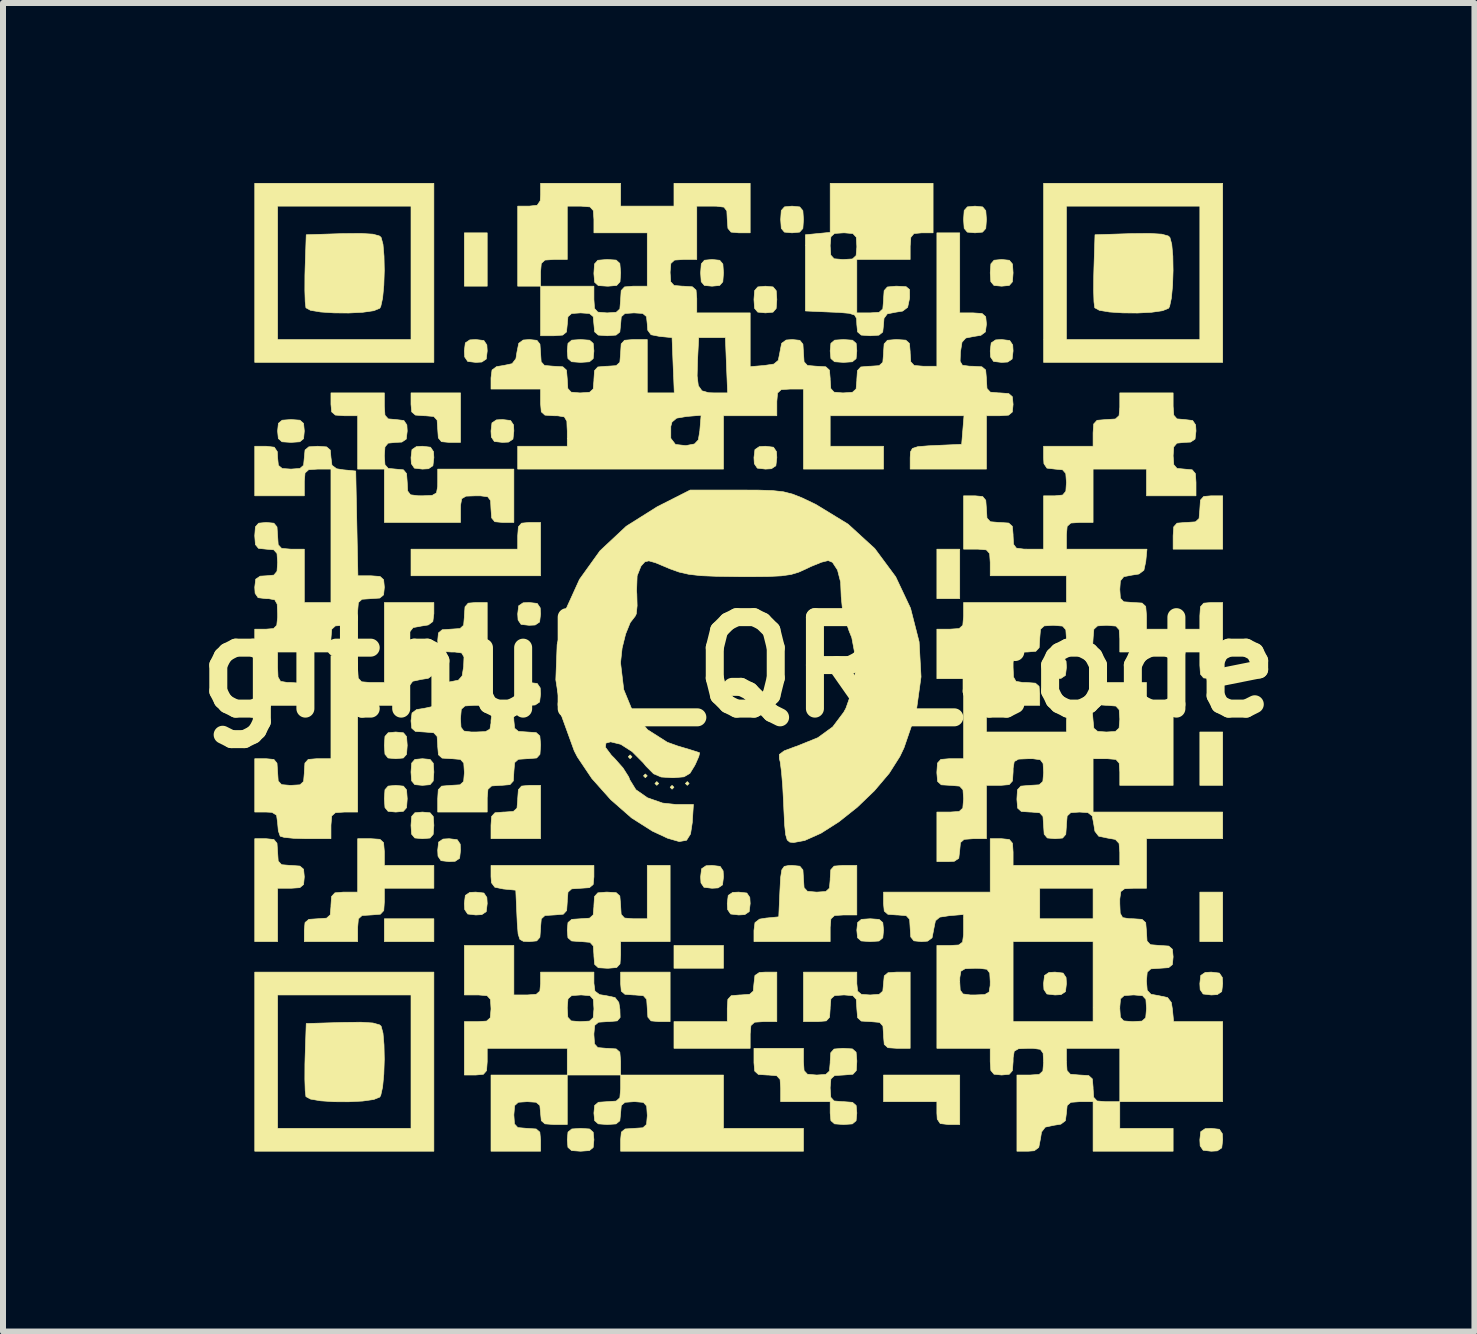
<source format=kicad_pcb>
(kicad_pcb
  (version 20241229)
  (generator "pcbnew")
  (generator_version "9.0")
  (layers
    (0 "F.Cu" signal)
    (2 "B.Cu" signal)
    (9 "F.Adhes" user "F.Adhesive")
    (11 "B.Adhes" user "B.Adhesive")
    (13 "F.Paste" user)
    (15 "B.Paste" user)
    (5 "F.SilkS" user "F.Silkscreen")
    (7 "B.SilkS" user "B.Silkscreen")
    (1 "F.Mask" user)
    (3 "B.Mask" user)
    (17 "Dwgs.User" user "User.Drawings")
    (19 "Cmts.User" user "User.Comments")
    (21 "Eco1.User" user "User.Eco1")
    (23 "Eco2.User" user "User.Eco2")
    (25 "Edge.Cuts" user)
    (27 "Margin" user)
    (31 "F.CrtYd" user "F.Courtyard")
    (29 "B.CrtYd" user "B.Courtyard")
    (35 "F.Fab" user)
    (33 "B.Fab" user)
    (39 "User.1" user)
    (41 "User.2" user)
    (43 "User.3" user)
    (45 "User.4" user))
  (footprint "github_QR_code"
    (layer "F.Cu")
    (at 9.26 8.069)
    (property "Reference" "github_QR_code" (at 0 0 0) (layer "F.SilkS") (effects (font (size 1.524 1.524) (thickness 0.3))))
    (attr through_hole)
    (fp_poly (pts (xy -5.08 4.572) (xy -5.905 4.572) (xy -5.905 4.191) (xy -5.08 4.191) (xy -5.08 4.572)) (stroke (width 0.01) (type solid)) (fill yes) (layer "F.SilkS"))
    (fp_poly (pts (xy -4.191 -6.35) (xy -4.572 -6.35) (xy -4.572 -7.239) (xy -4.191 -7.239) (xy -4.191 -6.35)) (stroke (width 0.01) (type solid)) (fill yes) (layer "F.SilkS"))
    (fp_poly (pts (xy -1.778 1.492) (xy -1.81 1.524) (xy -1.841 1.492) (xy -1.81 1.46) (xy -1.778 1.492)) (stroke (width 0.01) (type solid)) (fill yes) (layer "F.SilkS"))
    (fp_poly (pts (xy -1.524 1.81) (xy -1.556 1.841) (xy -1.587 1.81) (xy -1.556 1.778) (xy -1.524 1.81)) (stroke (width 0.01) (type solid)) (fill yes) (layer "F.SilkS"))
    (fp_poly (pts (xy -1.333 1.937) (xy -1.365 1.968) (xy -1.397 1.937) (xy -1.365 1.905) (xy -1.333 1.937)) (stroke (width 0.01) (type solid)) (fill yes) (layer "F.SilkS"))
    (fp_poly (pts (xy -1.079 2) (xy -1.111 2.032) (xy -1.143 2) (xy -1.111 1.968) (xy -1.079 2)) (stroke (width 0.01) (type solid)) (fill yes) (layer "F.SilkS"))
    (fp_poly (pts (xy -0.826 1.937) (xy -0.857 1.968) (xy -0.889 1.937) (xy -0.857 1.905) (xy -0.826 1.937)) (stroke (width 0.01) (type solid)) (fill yes) (layer "F.SilkS"))
    (fp_poly (pts (xy -0.254 5.016) (xy -1.079 5.016) (xy -1.079 4.636) (xy -0.254 4.636) (xy -0.254 5.016)) (stroke (width 0.01) (type solid)) (fill yes) (layer "F.SilkS"))
    (fp_poly (pts (xy 3.683 -1.143) (xy 3.302 -1.143) (xy 3.302 -1.968) (xy 3.683 -1.968) (xy 3.683 -1.143)) (stroke (width 0.01) (type solid)) (fill yes) (layer "F.SilkS"))
    (fp_poly (pts (xy 8.065 1.968) (xy 7.684 1.968) (xy 7.684 1.079) (xy 8.065 1.079) (xy 8.065 1.968)) (stroke (width 0.01) (type solid)) (fill yes) (layer "F.SilkS"))
    (fp_poly (pts (xy 8.065 4.572) (xy 7.684 4.572) (xy 7.684 3.747) (xy 8.065 3.747) (xy 8.065 4.572)) (stroke (width 0.01) (type solid)) (fill yes) (layer "F.SilkS"))
    (fp_poly (pts (xy -3.302 -1.524) (xy -5.461 -1.524) (xy -5.461 -1.968) (xy -3.683 -1.968) (xy -3.683 -2.191) (xy -3.672 -2.34) (xy -3.619 -2.401) (xy -3.493 -2.413) (xy -3.302 -2.413) (xy -3.302 -1.524)) (stroke (width 0.01) (type solid)) (fill yes) (layer "F.SilkS"))
    (fp_poly (pts (xy 3.683 7.62) (xy 3.493 7.62) (xy 3.358 7.604) (xy 3.308 7.53) (xy 3.302 7.429) (xy 3.302 7.239) (xy 2.413 7.239) (xy 2.413 6.795) (xy 3.683 6.795) (xy 3.683 7.62)) (stroke (width 0.01) (type solid)) (fill yes) (layer "F.SilkS"))
    (fp_poly (pts (xy -5.08 -5.08) (xy -8.065 -5.08) (xy -8.065 -7.684) (xy -7.684 -7.684) (xy -7.684 -5.461) (xy -5.461 -5.461) (xy -5.461 -7.684) (xy -7.684 -7.684) (xy -8.065 -7.684) (xy -8.065 -8.065) (xy -5.08 -8.065) (xy -5.08 -5.08)) (stroke (width 0.01) (type solid)) (fill yes) (layer "F.SilkS"))
    (fp_poly (pts (xy -5.08 8.065) (xy -8.065 8.065) (xy -8.065 5.461) (xy -7.684 5.461) (xy -7.684 7.684) (xy -5.461 7.684) (xy -5.461 5.461) (xy -7.684 5.461) (xy -8.065 5.461) (xy -8.065 5.08) (xy -5.08 5.08) (xy -5.08 8.065)) (stroke (width 0.01) (type solid)) (fill yes) (layer "F.SilkS"))
    (fp_poly (pts (xy 8.065 -5.08) (xy 5.08 -5.08) (xy 5.08 -7.684) (xy 5.461 -7.684) (xy 5.461 -5.461) (xy 7.684 -5.461) (xy 7.684 -7.684) (xy 5.461 -7.684) (xy 5.08 -7.684) (xy 5.08 -8.065) (xy 8.065 -8.065) (xy 8.065 -5.08)) (stroke (width 0.01) (type solid)) (fill yes) (layer "F.SilkS"))
    (fp_poly (pts (xy -7.312 -4.117) (xy -7.251 -4.063) (xy -7.239 -3.937) (xy -7.251 -3.809) (xy -7.314 -3.757) (xy -7.461 -3.747) (xy -7.611 -3.757) (xy -7.672 -3.811) (xy -7.684 -3.937) (xy -7.671 -4.065) (xy -7.608 -4.117) (xy -7.461 -4.128) (xy -7.312 -4.117)) (stroke (width 0.01) (type solid)) (fill yes) (layer "F.SilkS"))
    (fp_poly (pts (xy -5.587 1.092) (xy -5.535 1.155) (xy -5.524 1.302) (xy -5.535 1.451) (xy -5.589 1.512) (xy -5.715 1.524) (xy -5.843 1.512) (xy -5.895 1.449) (xy -5.905 1.302) (xy -5.895 1.152) (xy -5.841 1.091) (xy -5.715 1.079) (xy -5.587 1.092)) (stroke (width 0.01) (type solid)) (fill yes) (layer "F.SilkS"))
    (fp_poly (pts (xy -5.587 1.981) (xy -5.535 2.044) (xy -5.524 2.191) (xy -5.535 2.34) (xy -5.589 2.401) (xy -5.715 2.413) (xy -5.843 2.401) (xy -5.895 2.338) (xy -5.905 2.191) (xy -5.895 2.041) (xy -5.841 1.98) (xy -5.715 1.968) (xy -5.587 1.981)) (stroke (width 0.01) (type solid)) (fill yes) (layer "F.SilkS"))
    (fp_poly (pts (xy -5.143 1.536) (xy -5.09 1.599) (xy -5.08 1.746) (xy -5.091 1.896) (xy -5.144 1.957) (xy -5.271 1.968) (xy -5.398 1.956) (xy -5.451 1.893) (xy -5.461 1.746) (xy -5.45 1.597) (xy -5.397 1.536) (xy -5.271 1.524) (xy -5.143 1.536)) (stroke (width 0.01) (type solid)) (fill yes) (layer "F.SilkS"))
    (fp_poly (pts (xy -5.143 2.425) (xy -5.09 2.488) (xy -5.08 2.635) (xy -5.091 2.785) (xy -5.144 2.846) (xy -5.271 2.857) (xy -5.398 2.845) (xy -5.451 2.782) (xy -5.461 2.635) (xy -5.45 2.486) (xy -5.397 2.425) (xy -5.271 2.413) (xy -5.143 2.425)) (stroke (width 0.01) (type solid)) (fill yes) (layer "F.SilkS"))
    (fp_poly (pts (xy -5.136 -3.667) (xy -5.086 -3.593) (xy -5.08 -3.493) (xy -5.096 -3.358) (xy -5.17 -3.308) (xy -5.271 -3.302) (xy -5.405 -3.318) (xy -5.455 -3.392) (xy -5.461 -3.493) (xy -5.445 -3.627) (xy -5.371 -3.677) (xy -5.271 -3.683) (xy -5.136 -3.667)) (stroke (width 0.01) (type solid)) (fill yes) (layer "F.SilkS"))
    (fp_poly (pts (xy -4.691 2.873) (xy -4.641 2.947) (xy -4.636 3.048) (xy -4.651 3.183) (xy -4.725 3.233) (xy -4.826 3.239) (xy -4.961 3.223) (xy -5.011 3.149) (xy -5.016 3.048) (xy -5.001 2.913) (xy -4.927 2.863) (xy -4.826 2.857) (xy -4.691 2.873)) (stroke (width 0.01) (type solid)) (fill yes) (layer "F.SilkS"))
    (fp_poly (pts (xy -4.247 -5.445) (xy -4.197 -5.371) (xy -4.191 -5.271) (xy -4.207 -5.136) (xy -4.281 -5.086) (xy -4.381 -5.08) (xy -4.516 -5.096) (xy -4.566 -5.17) (xy -4.572 -5.271) (xy -4.556 -5.405) (xy -4.482 -5.455) (xy -4.381 -5.461) (xy -4.247 -5.445)) (stroke (width 0.01) (type solid)) (fill yes) (layer "F.SilkS"))
    (fp_poly (pts (xy -4.247 3.762) (xy -4.197 3.836) (xy -4.191 3.937) (xy -4.207 4.072) (xy -4.281 4.122) (xy -4.381 4.128) (xy -4.516 4.112) (xy -4.566 4.038) (xy -4.572 3.937) (xy -4.556 3.802) (xy -4.482 3.752) (xy -4.381 3.747) (xy -4.247 3.762)) (stroke (width 0.01) (type solid)) (fill yes) (layer "F.SilkS"))
    (fp_poly (pts (xy -3.802 -4.112) (xy -3.752 -4.038) (xy -3.747 -3.937) (xy -3.762 -3.802) (xy -3.836 -3.752) (xy -3.937 -3.747) (xy -4.072 -3.762) (xy -4.122 -3.836) (xy -4.128 -3.937) (xy -4.112 -4.072) (xy -4.038 -4.122) (xy -3.937 -4.128) (xy -3.802 -4.112)) (stroke (width 0.01) (type solid)) (fill yes) (layer "F.SilkS"))
    (fp_poly (pts (xy -3.358 -1.064) (xy -3.308 -0.99) (xy -3.302 -0.889) (xy -3.318 -0.754) (xy -3.392 -0.704) (xy -3.493 -0.699) (xy -3.627 -0.714) (xy -3.677 -0.788) (xy -3.683 -0.889) (xy -3.667 -1.024) (xy -3.593 -1.074) (xy -3.493 -1.079) (xy -3.358 -1.064)) (stroke (width 0.01) (type solid)) (fill yes) (layer "F.SilkS"))
    (fp_poly (pts (xy -3.358 0.27) (xy -3.308 0.344) (xy -3.302 0.445) (xy -3.318 0.579) (xy -3.392 0.629) (xy -3.493 0.635) (xy -3.627 0.619) (xy -3.677 0.545) (xy -3.683 0.445) (xy -3.667 0.31) (xy -3.593 0.26) (xy -3.493 0.254) (xy -3.358 0.27)) (stroke (width 0.01) (type solid)) (fill yes) (layer "F.SilkS"))
    (fp_poly (pts (xy -2.486 -5.45) (xy -2.425 -5.397) (xy -2.413 -5.271) (xy -2.425 -5.143) (xy -2.488 -5.09) (xy -2.635 -5.08) (xy -2.785 -5.091) (xy -2.846 -5.144) (xy -2.857 -5.271) (xy -2.845 -5.398) (xy -2.782 -5.451) (xy -2.635 -5.461) (xy -2.486 -5.45)) (stroke (width 0.01) (type solid)) (fill yes) (layer "F.SilkS"))
    (fp_poly (pts (xy -2.486 7.694) (xy -2.425 7.748) (xy -2.413 7.874) (xy -2.425 8.002) (xy -2.488 8.054) (xy -2.635 8.065) (xy -2.785 8.054) (xy -2.846 8) (xy -2.857 7.874) (xy -2.845 7.746) (xy -2.782 7.694) (xy -2.635 7.684) (xy -2.486 7.694)) (stroke (width 0.01) (type solid)) (fill yes) (layer "F.SilkS"))
    (fp_poly (pts (xy -0.317 -6.782) (xy -0.264 -6.719) (xy -0.254 -6.572) (xy -0.265 -6.423) (xy -0.318 -6.362) (xy -0.445 -6.35) (xy -0.572 -6.362) (xy -0.625 -6.425) (xy -0.635 -6.572) (xy -0.624 -6.722) (xy -0.571 -6.783) (xy -0.445 -6.795) (xy -0.317 -6.782)) (stroke (width 0.01) (type solid)) (fill yes) (layer "F.SilkS"))
    (fp_poly (pts (xy -0.31 3.318) (xy -0.26 3.392) (xy -0.254 3.493) (xy -0.27 3.627) (xy -0.344 3.677) (xy -0.445 3.683) (xy -0.579 3.667) (xy -0.629 3.593) (xy -0.635 3.493) (xy -0.619 3.358) (xy -0.545 3.308) (xy -0.445 3.302) (xy -0.31 3.318)) (stroke (width 0.01) (type solid)) (fill yes) (layer "F.SilkS"))
    (fp_poly (pts (xy 0.135 3.762) (xy 0.185 3.836) (xy 0.191 3.937) (xy 0.175 4.072) (xy 0.101 4.122) (xy 0 4.128) (xy -0.135 4.112) (xy -0.185 4.038) (xy -0.191 3.937) (xy -0.175 3.802) (xy -0.101 3.752) (xy 0 3.747) (xy 0.135 3.762)) (stroke (width 0.01) (type solid)) (fill yes) (layer "F.SilkS"))
    (fp_poly (pts (xy 0.572 -6.338) (xy 0.625 -6.275) (xy 0.635 -6.128) (xy 0.624 -5.978) (xy 0.571 -5.917) (xy 0.445 -5.905) (xy 0.317 -5.918) (xy 0.264 -5.981) (xy 0.254 -6.128) (xy 0.265 -6.277) (xy 0.318 -6.338) (xy 0.445 -6.35) (xy 0.572 -6.338)) (stroke (width 0.01) (type solid)) (fill yes) (layer "F.SilkS"))
    (fp_poly (pts (xy 0.579 -3.667) (xy 0.629 -3.593) (xy 0.635 -3.493) (xy 0.619 -3.358) (xy 0.545 -3.308) (xy 0.445 -3.302) (xy 0.31 -3.318) (xy 0.26 -3.392) (xy 0.254 -3.493) (xy 0.27 -3.627) (xy 0.344 -3.677) (xy 0.445 -3.683) (xy 0.579 -3.667)) (stroke (width 0.01) (type solid)) (fill yes) (layer "F.SilkS"))
    (fp_poly (pts (xy 1.017 -7.671) (xy 1.069 -7.608) (xy 1.079 -7.461) (xy 1.069 -7.312) (xy 1.015 -7.251) (xy 0.889 -7.239) (xy 0.761 -7.251) (xy 0.709 -7.314) (xy 0.699 -7.461) (xy 0.709 -7.611) (xy 0.763 -7.672) (xy 0.889 -7.684) (xy 1.017 -7.671)) (stroke (width 0.01) (type solid)) (fill yes) (layer "F.SilkS"))
    (fp_poly (pts (xy 1.896 -5.45) (xy 1.957 -5.397) (xy 1.968 -5.271) (xy 1.956 -5.143) (xy 1.893 -5.09) (xy 1.746 -5.08) (xy 1.597 -5.091) (xy 1.536 -5.144) (xy 1.524 -5.271) (xy 1.536 -5.398) (xy 1.599 -5.451) (xy 1.746 -5.461) (xy 1.896 -5.45)) (stroke (width 0.01) (type solid)) (fill yes) (layer "F.SilkS"))
    (fp_poly (pts (xy 2.34 4.202) (xy 2.401 4.255) (xy 2.413 4.381) (xy 2.401 4.509) (xy 2.338 4.562) (xy 2.191 4.572) (xy 2.041 4.561) (xy 1.98 4.508) (xy 1.968 4.381) (xy 1.981 4.254) (xy 2.044 4.201) (xy 2.191 4.191) (xy 2.34 4.202)) (stroke (width 0.01) (type solid)) (fill yes) (layer "F.SilkS"))
    (fp_poly (pts (xy 4.065 -7.671) (xy 4.117 -7.608) (xy 4.128 -7.461) (xy 4.117 -7.312) (xy 4.063 -7.251) (xy 3.937 -7.239) (xy 3.809 -7.251) (xy 3.757 -7.314) (xy 3.747 -7.461) (xy 3.757 -7.611) (xy 3.811 -7.672) (xy 3.937 -7.684) (xy 4.065 -7.671)) (stroke (width 0.01) (type solid)) (fill yes) (layer "F.SilkS"))
    (fp_poly (pts (xy 4.509 -6.782) (xy 4.562 -6.719) (xy 4.572 -6.572) (xy 4.561 -6.423) (xy 4.508 -6.362) (xy 4.381 -6.35) (xy 4.254 -6.362) (xy 4.201 -6.425) (xy 4.191 -6.572) (xy 4.202 -6.722) (xy 4.255 -6.783) (xy 4.381 -6.795) (xy 4.509 -6.782)) (stroke (width 0.01) (type solid)) (fill yes) (layer "F.SilkS"))
    (fp_poly (pts (xy 4.516 -5.445) (xy 4.566 -5.371) (xy 4.572 -5.271) (xy 4.556 -5.136) (xy 4.482 -5.086) (xy 4.381 -5.08) (xy 4.247 -5.096) (xy 4.197 -5.17) (xy 4.191 -5.271) (xy 4.207 -5.405) (xy 4.281 -5.455) (xy 4.381 -5.461) (xy 4.516 -5.445)) (stroke (width 0.01) (type solid)) (fill yes) (layer "F.SilkS"))
    (fp_poly (pts (xy 5.405 -0.175) (xy 5.455 -0.101) (xy 5.461 0) (xy 5.445 0.135) (xy 5.371 0.185) (xy 5.271 0.191) (xy 5.136 0.175) (xy 5.086 0.101) (xy 5.08 0) (xy 5.096 -0.135) (xy 5.17 -0.185) (xy 5.271 -0.191) (xy 5.405 -0.175)) (stroke (width 0.01) (type solid)) (fill yes) (layer "F.SilkS"))
    (fp_poly (pts (xy 5.405 5.096) (xy 5.455 5.17) (xy 5.461 5.271) (xy 5.445 5.405) (xy 5.371 5.455) (xy 5.271 5.461) (xy 5.136 5.445) (xy 5.086 5.371) (xy 5.08 5.271) (xy 5.096 5.136) (xy 5.17 5.086) (xy 5.271 5.08) (xy 5.405 5.096)) (stroke (width 0.01) (type solid)) (fill yes) (layer "F.SilkS"))
    (fp_poly (pts (xy 8.009 5.096) (xy 8.059 5.17) (xy 8.065 5.271) (xy 8.049 5.405) (xy 7.975 5.455) (xy 7.874 5.461) (xy 7.739 5.445) (xy 7.689 5.371) (xy 7.684 5.271) (xy 7.699 5.136) (xy 7.773 5.086) (xy 7.874 5.08) (xy 8.009 5.096)) (stroke (width 0.01) (type solid)) (fill yes) (layer "F.SilkS"))
    (fp_poly (pts (xy 8.009 7.699) (xy 8.059 7.773) (xy 8.065 7.874) (xy 8.049 8.009) (xy 7.975 8.059) (xy 7.874 8.065) (xy 7.739 8.049) (xy 7.689 7.975) (xy 7.684 7.874) (xy 7.699 7.739) (xy 7.773 7.689) (xy 7.874 7.684) (xy 8.009 7.699)) (stroke (width 0.01) (type solid)) (fill yes) (layer "F.SilkS"))
    (fp_poly (pts (xy -4.636 -3.747) (xy -4.826 -3.747) (xy -4.954 -3.759) (xy -5.006 -3.822) (xy -5.016 -3.969) (xy -5.026 -4.118) (xy -5.082 -4.179) (xy -5.222 -4.191) (xy -5.239 -4.191) (xy -5.388 -4.202) (xy -5.449 -4.255) (xy -5.461 -4.381) (xy -5.461 -4.572) (xy -4.636 -4.572) (xy -4.636 -3.747)) (stroke (width 0.01) (type solid)) (fill yes) (layer "F.SilkS"))
    (fp_poly (pts (xy -1.143 5.905) (xy -1.333 5.905) (xy -1.461 5.893) (xy -1.514 5.83) (xy -1.524 5.683) (xy -1.534 5.534) (xy -1.589 5.473) (xy -1.729 5.461) (xy -1.746 5.461) (xy -1.896 5.45) (xy -1.957 5.397) (xy -1.968 5.271) (xy -1.968 5.08) (xy -1.143 5.08) (xy -1.143 5.905)) (stroke (width 0.01) (type solid)) (fill yes) (layer "F.SilkS"))
    (fp_poly (pts (xy -3.302 2.857) (xy -4.128 2.857) (xy -4.128 2.635) (xy -4.118 2.486) (xy -4.062 2.425) (xy -3.922 2.413) (xy -3.905 2.413) (xy -3.756 2.403) (xy -3.695 2.348) (xy -3.683 2.208) (xy -3.683 2.191) (xy -3.672 2.041) (xy -3.619 1.98) (xy -3.493 1.968) (xy -3.302 1.968) (xy -3.302 2.857)) (stroke (width 0.01) (type solid)) (fill yes) (layer "F.SilkS"))
    (fp_poly (pts (xy 8.065 -1.968) (xy 7.239 -1.968) (xy 7.239 -2.191) (xy 7.249 -2.34) (xy 7.304 -2.401) (xy 7.444 -2.413) (xy 7.461 -2.413) (xy 7.61 -2.423) (xy 7.671 -2.478) (xy 7.683 -2.618) (xy 7.684 -2.635) (xy 7.694 -2.785) (xy 7.748 -2.846) (xy 7.874 -2.857) (xy 8.065 -2.857) (xy 8.065 -1.968)) (stroke (width 0.01) (type solid)) (fill yes) (layer "F.SilkS"))
    (fp_poly (pts (xy -2.042 -6.785) (xy -1.981 -6.729) (xy -1.969 -6.589) (xy -1.968 -6.572) (xy -1.978 -6.423) (xy -2.034 -6.362) (xy -2.174 -6.35) (xy -2.191 -6.35) (xy -2.34 -6.36) (xy -2.401 -6.415) (xy -2.413 -6.555) (xy -2.413 -6.572) (xy -2.403 -6.721) (xy -2.348 -6.782) (xy -2.208 -6.794) (xy -2.191 -6.795) (xy -2.042 -6.785)) (stroke (width 0.01) (type solid)) (fill yes) (layer "F.SilkS"))
    (fp_poly (pts (xy -7.746 2.87) (xy -7.694 2.933) (xy -7.684 3.08) (xy -7.674 3.229) (xy -7.618 3.29) (xy -7.478 3.302) (xy -7.461 3.302) (xy -7.312 3.313) (xy -7.251 3.366) (xy -7.239 3.493) (xy -7.251 3.62) (xy -7.314 3.673) (xy -7.461 3.683) (xy -7.684 3.683) (xy -7.684 4.572) (xy -8.065 4.572) (xy -8.065 2.857) (xy -7.874 2.857) (xy -7.746 2.87)) (stroke (width 0.01) (type solid)) (fill yes) (layer "F.SilkS"))
    (fp_poly (pts (xy 0.635 5.905) (xy 0.413 5.905) (xy 0.264 5.915) (xy 0.203 5.971) (xy 0.191 6.111) (xy 0.191 6.128) (xy 0.191 6.35) (xy -1.079 6.35) (xy -1.079 5.905) (xy -0.191 5.905) (xy -0.191 5.683) (xy -0.181 5.534) (xy -0.125 5.473) (xy 0.015 5.461) (xy 0.032 5.461) (xy 0.181 5.45) (xy 0.242 5.397) (xy 0.254 5.271) (xy 0.27 5.136) (xy 0.344 5.086) (xy 0.445 5.08) (xy 0.635 5.08) (xy 0.635 5.905)) (stroke (width 0.01) (type solid)) (fill yes) (layer "F.SilkS"))
    (fp_poly (pts (xy -2.857 7.62) (xy -3.08 7.62) (xy -3.229 7.609) (xy -3.29 7.556) (xy -3.302 7.429) (xy -3.314 7.302) (xy -3.377 7.249) (xy -3.524 7.239) (xy -3.673 7.249) (xy -3.734 7.304) (xy -3.746 7.444) (xy -3.747 7.461) (xy -3.737 7.61) (xy -3.681 7.671) (xy -3.541 7.683) (xy -3.524 7.684) (xy -3.375 7.694) (xy -3.314 7.748) (xy -3.302 7.874) (xy -3.302 8.065) (xy -4.128 8.065) (xy -4.128 6.795) (xy -2.857 6.795) (xy -2.857 7.62)) (stroke (width 0.01) (type solid)) (fill yes) (layer "F.SilkS"))
    (fp_poly (pts (xy -6.095 -7.217) (xy -5.985 -7.186) (xy -5.959 -7.162) (xy -5.928 -7.048) (xy -5.911 -6.851) (xy -5.906 -6.611) (xy -5.914 -6.365) (xy -5.934 -6.153) (xy -5.965 -6.012) (xy -5.982 -5.982) (xy -6.082 -5.941) (xy -6.266 -5.915) (xy -6.499 -5.903) (xy -6.744 -5.905) (xy -6.968 -5.92) (xy -7.136 -5.948) (xy -7.212 -5.99) (xy -7.212 -5.99) (xy -7.224 -6.088) (xy -7.23 -6.279) (xy -7.229 -6.529) (xy -7.226 -6.641) (xy -7.207 -7.207) (xy -6.609 -7.226) (xy -6.297 -7.229) (xy -6.095 -7.217)) (stroke (width 0.01) (type solid)) (fill yes) (layer "F.SilkS"))
    (fp_poly (pts (xy -6.095 5.928) (xy -5.985 5.959) (xy -5.959 5.982) (xy -5.928 6.097) (xy -5.911 6.293) (xy -5.906 6.533) (xy -5.914 6.779) (xy -5.934 6.992) (xy -5.965 7.133) (xy -5.982 7.163) (xy -6.082 7.203) (xy -6.266 7.229) (xy -6.499 7.241) (xy -6.744 7.24) (xy -6.968 7.225) (xy -7.136 7.196) (xy -7.212 7.155) (xy -7.212 7.155) (xy -7.224 7.056) (xy -7.23 6.865) (xy -7.229 6.616) (xy -7.226 6.504) (xy -7.207 5.937) (xy -6.609 5.919) (xy -6.297 5.915) (xy -6.095 5.928)) (stroke (width 0.01) (type solid)) (fill yes) (layer "F.SilkS"))
    (fp_poly (pts (xy 7.05 -7.217) (xy 7.159 -7.186) (xy 7.185 -7.162) (xy 7.216 -7.048) (xy 7.234 -6.851) (xy 7.238 -6.611) (xy 7.23 -6.365) (xy 7.21 -6.153) (xy 7.18 -6.012) (xy 7.163 -5.982) (xy 7.062 -5.941) (xy 6.878 -5.915) (xy 6.646 -5.903) (xy 6.4 -5.905) (xy 6.176 -5.92) (xy 6.009 -5.948) (xy 5.933 -5.99) (xy 5.933 -5.99) (xy 5.92 -6.088) (xy 5.914 -6.279) (xy 5.916 -6.529) (xy 5.919 -6.641) (xy 5.937 -7.207) (xy 6.535 -7.226) (xy 6.847 -7.229) (xy 7.05 -7.217)) (stroke (width 0.01) (type solid)) (fill yes) (layer "F.SilkS"))
    (fp_poly (pts (xy -2.413 3.493) (xy -2.425 3.62) (xy -2.488 3.673) (xy -2.635 3.683) (xy -2.784 3.693) (xy -2.845 3.748) (xy -2.857 3.888) (xy -2.857 3.905) (xy -2.867 4.054) (xy -2.923 4.115) (xy -3.063 4.127) (xy -3.08 4.128) (xy -3.229 4.137) (xy -3.29 4.193) (xy -3.302 4.333) (xy -3.302 4.35) (xy -3.313 4.499) (xy -3.366 4.56) (xy -3.49 4.572) (xy -3.589 4.567) (xy -3.647 4.534) (xy -3.676 4.445) (xy -3.69 4.27) (xy -3.696 4.143) (xy -3.715 3.715) (xy -3.921 3.695) (xy -4.064 3.666) (xy -4.12 3.592) (xy -4.128 3.488) (xy -4.128 3.302) (xy -2.413 3.302) (xy -2.413 3.493)) (stroke (width 0.01) (type solid)) (fill yes) (layer "F.SilkS"))
    (fp_poly (pts (xy -5.979 2.867) (xy -5.918 2.923) (xy -5.906 3.063) (xy -5.905 3.08) (xy -5.905 3.302) (xy -5.08 3.302) (xy -5.08 3.683) (xy -5.905 3.683) (xy -5.905 3.905) (xy -5.915 4.054) (xy -5.971 4.115) (xy -6.111 4.127) (xy -6.128 4.128) (xy -6.277 4.137) (xy -6.338 4.193) (xy -6.35 4.333) (xy -6.35 4.35) (xy -6.35 4.572) (xy -7.239 4.572) (xy -7.239 4.381) (xy -7.227 4.254) (xy -7.164 4.201) (xy -7.017 4.191) (xy -6.868 4.181) (xy -6.807 4.126) (xy -6.795 3.986) (xy -6.795 3.969) (xy -6.785 3.82) (xy -6.729 3.759) (xy -6.589 3.747) (xy -6.572 3.747) (xy -6.35 3.747) (xy -6.35 2.857) (xy -6.128 2.857) (xy -5.979 2.867)) (stroke (width 0.01) (type solid)) (fill yes) (layer "F.SilkS"))
    (fp_poly (pts (xy -0.254 7.684) (xy 1.079 7.684) (xy 1.079 8.065) (xy -1.968 8.065) (xy -1.968 7.874) (xy -1.956 7.746) (xy -1.893 7.694) (xy -1.746 7.684) (xy -1.597 7.674) (xy -1.536 7.618) (xy -1.524 7.478) (xy -1.524 7.461) (xy -1.534 7.312) (xy -1.589 7.251) (xy -1.729 7.239) (xy -1.746 7.239) (xy -1.896 7.25) (xy -1.957 7.303) (xy -1.968 7.429) (xy -1.981 7.557) (xy -2.044 7.61) (xy -2.191 7.62) (xy -2.34 7.609) (xy -2.401 7.556) (xy -2.413 7.429) (xy -2.401 7.302) (xy -2.338 7.249) (xy -2.191 7.239) (xy -2.042 7.229) (xy -1.981 7.174) (xy -1.969 7.034) (xy -1.968 7.017) (xy -1.968 6.795) (xy -0.254 6.795) (xy -0.254 7.684)) (stroke (width 0.01) (type solid)) (fill yes) (layer "F.SilkS"))
    (fp_poly (pts (xy 1.968 4.128) (xy 1.746 4.128) (xy 1.597 4.137) (xy 1.536 4.193) (xy 1.524 4.333) (xy 1.524 4.35) (xy 1.524 4.572) (xy 0.254 4.572) (xy 0.254 4.386) (xy 0.271 4.255) (xy 0.347 4.197) (xy 0.46 4.179) (xy 0.667 4.159) (xy 0.686 3.731) (xy 0.698 3.504) (xy 0.718 3.376) (xy 0.759 3.318) (xy 0.836 3.303) (xy 0.892 3.302) (xy 1.018 3.315) (xy 1.07 3.378) (xy 1.079 3.524) (xy 1.089 3.673) (xy 1.145 3.734) (xy 1.285 3.746) (xy 1.302 3.747) (xy 1.451 3.737) (xy 1.512 3.681) (xy 1.524 3.541) (xy 1.524 3.524) (xy 1.534 3.375) (xy 1.589 3.314) (xy 1.729 3.302) (xy 1.746 3.302) (xy 1.968 3.302) (xy 1.968 4.128)) (stroke (width 0.01) (type solid)) (fill yes) (layer "F.SilkS"))
    (fp_poly (pts (xy -1.143 4.572) (xy -1.968 4.572) (xy -1.968 4.794) (xy -1.978 4.943) (xy -2.034 5.004) (xy -2.174 5.016) (xy -2.191 5.016) (xy -2.34 5.007) (xy -2.401 4.951) (xy -2.413 4.811) (xy -2.413 4.794) (xy -2.423 4.645) (xy -2.478 4.584) (xy -2.618 4.572) (xy -2.635 4.572) (xy -2.785 4.561) (xy -2.846 4.508) (xy -2.857 4.381) (xy -2.845 4.254) (xy -2.782 4.201) (xy -2.635 4.191) (xy -2.486 4.181) (xy -2.425 4.126) (xy -2.413 3.986) (xy -2.413 3.969) (xy -2.403 3.82) (xy -2.348 3.759) (xy -2.208 3.747) (xy -2.191 3.747) (xy -2.042 3.756) (xy -1.981 3.812) (xy -1.969 3.952) (xy -1.968 3.969) (xy -1.959 4.118) (xy -1.903 4.179) (xy -1.763 4.191) (xy -1.746 4.191) (xy -1.524 4.191) (xy -1.524 3.302) (xy -1.143 3.302) (xy -1.143 4.572)) (stroke (width 0.01) (type solid)) (fill yes) (layer "F.SilkS"))
    (fp_poly (pts (xy 1.968 5.271) (xy 1.981 5.398) (xy 2.044 5.451) (xy 2.191 5.461) (xy 2.34 5.45) (xy 2.401 5.397) (xy 2.413 5.271) (xy 2.425 5.143) (xy 2.488 5.09) (xy 2.635 5.08) (xy 2.857 5.08) (xy 2.857 6.35) (xy 2.635 6.35) (xy 2.486 6.34) (xy 2.425 6.285) (xy 2.413 6.145) (xy 2.413 6.128) (xy 2.403 5.979) (xy 2.348 5.918) (xy 2.208 5.906) (xy 2.191 5.905) (xy 2.042 5.896) (xy 1.981 5.84) (xy 1.969 5.7) (xy 1.968 5.683) (xy 1.959 5.534) (xy 1.903 5.473) (xy 1.763 5.461) (xy 1.746 5.461) (xy 1.597 5.471) (xy 1.536 5.526) (xy 1.524 5.666) (xy 1.524 5.683) (xy 1.514 5.832) (xy 1.459 5.893) (xy 1.319 5.905) (xy 1.302 5.905) (xy 1.079 5.905) (xy 1.079 5.08) (xy 1.968 5.08) (xy 1.968 5.271)) (stroke (width 0.01) (type solid)) (fill yes) (layer "F.SilkS"))
    (fp_poly (pts (xy 1.079 6.572) (xy 1.089 6.721) (xy 1.145 6.782) (xy 1.285 6.794) (xy 1.302 6.795) (xy 1.451 6.785) (xy 1.512 6.729) (xy 1.524 6.589) (xy 1.524 6.572) (xy 1.534 6.423) (xy 1.589 6.362) (xy 1.729 6.35) (xy 1.746 6.35) (xy 1.895 6.36) (xy 1.956 6.415) (xy 1.968 6.555) (xy 1.968 6.572) (xy 1.959 6.721) (xy 1.903 6.782) (xy 1.763 6.794) (xy 1.746 6.795) (xy 1.597 6.804) (xy 1.536 6.86) (xy 1.524 7) (xy 1.524 7.017) (xy 1.534 7.166) (xy 1.589 7.227) (xy 1.729 7.239) (xy 1.746 7.239) (xy 1.896 7.25) (xy 1.957 7.303) (xy 1.968 7.429) (xy 1.956 7.557) (xy 1.893 7.61) (xy 1.746 7.62) (xy 1.597 7.609) (xy 1.536 7.556) (xy 1.524 7.429) (xy 1.524 7.239) (xy 0.699 7.239) (xy 0.699 7.017) (xy 0.689 6.868) (xy 0.633 6.807) (xy 0.493 6.795) (xy 0.476 6.795) (xy 0.327 6.785) (xy 0.266 6.729) (xy 0.254 6.589) (xy 0.254 6.572) (xy 0.254 6.35) (xy 1.079 6.35) (xy 1.079 6.572)) (stroke (width 0.01) (type solid)) (fill yes) (layer "F.SilkS"))
    (fp_poly (pts (xy -5.905 -4.35) (xy -5.895 -4.2) (xy -5.841 -4.139) (xy -5.715 -4.128) (xy -5.58 -4.112) (xy -5.53 -4.038) (xy -5.524 -3.937) (xy -5.54 -3.802) (xy -5.614 -3.752) (xy -5.715 -3.747) (xy -5.843 -3.734) (xy -5.895 -3.671) (xy -5.905 -3.524) (xy -5.895 -3.375) (xy -5.841 -3.314) (xy -5.715 -3.302) (xy -5.587 -3.29) (xy -5.535 -3.227) (xy -5.524 -3.08) (xy -5.517 -2.937) (xy -5.469 -2.874) (xy -5.345 -2.858) (xy -5.271 -2.857) (xy -5.108 -2.864) (xy -5.036 -2.906) (xy -5.017 -3.014) (xy -5.016 -3.08) (xy -5.016 -3.302) (xy -3.747 -3.302) (xy -3.747 -2.413) (xy -3.937 -2.413) (xy -4.065 -2.425) (xy -4.117 -2.488) (xy -4.128 -2.635) (xy -4.135 -2.778) (xy -4.183 -2.841) (xy -4.307 -2.857) (xy -4.381 -2.857) (xy -4.544 -2.851) (xy -4.616 -2.809) (xy -4.635 -2.701) (xy -4.636 -2.635) (xy -4.636 -2.413) (xy -5.905 -2.413) (xy -5.905 -3.302) (xy -6.35 -3.302) (xy -6.35 -4.191) (xy -6.572 -4.191) (xy -6.722 -4.202) (xy -6.783 -4.255) (xy -6.795 -4.381) (xy -6.795 -4.572) (xy -5.905 -4.572) (xy -5.905 -4.35)) (stroke (width 0.01) (type solid)) (fill yes) (layer "F.SilkS"))
    (fp_poly (pts (xy 3.239 -7.239) (xy 3.048 -7.239) (xy 2.92 -7.227) (xy 2.868 -7.164) (xy 2.857 -7.017) (xy 2.857 -6.795) (xy 1.968 -6.795) (xy 1.968 -5.905) (xy 2.191 -5.905) (xy 2.34 -5.915) (xy 2.401 -5.971) (xy 2.413 -6.111) (xy 2.413 -6.128) (xy 2.423 -6.276) (xy 2.477 -6.337) (xy 2.615 -6.35) (xy 2.639 -6.35) (xy 2.789 -6.342) (xy 2.847 -6.293) (xy 2.848 -6.169) (xy 2.846 -6.144) (xy 2.815 -5.998) (xy 2.732 -5.935) (xy 2.619 -5.917) (xy 2.476 -5.889) (xy 2.421 -5.814) (xy 2.413 -5.711) (xy 2.4 -5.586) (xy 2.336 -5.534) (xy 2.191 -5.524) (xy 2.041 -5.535) (xy 1.98 -5.589) (xy 1.968 -5.712) (xy 1.964 -5.812) (xy 1.931 -5.869) (xy 1.841 -5.898) (xy 1.667 -5.913) (xy 1.54 -5.918) (xy 1.111 -5.937) (xy 1.111 -7.017) (xy 1.524 -7.017) (xy 1.534 -6.868) (xy 1.589 -6.807) (xy 1.729 -6.795) (xy 1.746 -6.795) (xy 1.895 -6.804) (xy 1.956 -6.86) (xy 1.968 -7) (xy 1.968 -7.017) (xy 1.959 -7.166) (xy 1.903 -7.227) (xy 1.763 -7.239) (xy 1.746 -7.239) (xy 1.597 -7.229) (xy 1.536 -7.174) (xy 1.524 -7.034) (xy 1.524 -7.017) (xy 1.111 -7.017) (xy 1.111 -7.207) (xy 1.318 -7.227) (xy 1.524 -7.247) (xy 1.524 -8.065) (xy 3.239 -8.065) (xy 3.239 -7.239)) (stroke (width 0.01) (type solid)) (fill yes) (layer "F.SilkS"))
    (fp_poly (pts (xy -5.08 -0.893) (xy -5.097 -0.762) (xy -5.173 -0.705) (xy -5.286 -0.687) (xy -5.425 -0.661) (xy -5.482 -0.591) (xy -5.493 -0.445) (xy -5.481 -0.294) (xy -5.422 -0.227) (xy -5.286 -0.202) (xy -5.143 -0.173) (xy -5.088 -0.099) (xy -5.08 0) (xy -5.097 0.128) (xy -5.175 0.185) (xy -5.286 0.202) (xy -5.432 0.233) (xy -5.495 0.316) (xy -5.513 0.429) (xy -5.533 0.635) (xy -6.35 0.635) (xy -6.35 2.413) (xy -6.572 2.413) (xy -6.721 2.423) (xy -6.782 2.478) (xy -6.794 2.618) (xy -6.795 2.635) (xy -6.795 2.857) (xy -7.197 2.857) (xy -7.412 2.851) (xy -7.574 2.835) (xy -7.641 2.815) (xy -7.672 2.726) (xy -7.684 2.593) (xy -7.701 2.465) (xy -7.778 2.418) (xy -7.874 2.413) (xy -8.065 2.413) (xy -8.065 1.524) (xy -7.874 1.524) (xy -7.746 1.536) (xy -7.694 1.599) (xy -7.684 1.746) (xy -7.674 1.895) (xy -7.618 1.956) (xy -7.478 1.968) (xy -7.461 1.968) (xy -7.312 1.959) (xy -7.251 1.903) (xy -7.239 1.763) (xy -7.239 1.746) (xy -7.229 1.597) (xy -7.174 1.536) (xy -7.034 1.524) (xy -7.017 1.524) (xy -6.795 1.524) (xy -6.795 -0.191) (xy -6.572 -0.191) (xy -6.423 -0.181) (xy -6.362 -0.125) (xy -6.35 0.015) (xy -6.35 0.032) (xy -6.34 0.181) (xy -6.285 0.242) (xy -6.145 0.254) (xy -6.128 0.254) (xy -5.905 0.254) (xy -5.905 -1.079) (xy -5.08 -1.079) (xy -5.08 -0.893)) (stroke (width 0.01) (type solid)) (fill yes) (layer "F.SilkS"))
    (fp_poly (pts (xy -2.857 6.35) (xy -4.191 6.35) (xy -4.191 6.572) (xy -4.202 6.722) (xy -4.255 6.783) (xy -4.381 6.795) (xy -4.572 6.795) (xy -4.572 5.905) (xy -4.35 5.905) (xy -4.201 5.896) (xy -4.14 5.84) (xy -4.128 5.7) (xy -4.128 5.683) (xy -2.857 5.683) (xy -2.848 5.832) (xy -2.792 5.893) (xy -2.652 5.905) (xy -2.635 5.905) (xy -2.486 5.896) (xy -2.425 5.84) (xy -2.413 5.7) (xy -2.413 5.683) (xy -2.423 5.534) (xy -2.478 5.473) (xy -2.618 5.461) (xy -2.635 5.461) (xy -2.784 5.471) (xy -2.845 5.526) (xy -2.857 5.666) (xy -2.857 5.683) (xy -4.128 5.683) (xy -4.137 5.534) (xy -4.193 5.473) (xy -4.333 5.461) (xy -4.35 5.461) (xy -4.572 5.461) (xy -4.572 4.636) (xy -3.747 4.636) (xy -3.747 5.461) (xy -3.524 5.461) (xy -3.375 5.45) (xy -3.314 5.397) (xy -3.302 5.271) (xy -3.302 5.08) (xy -2.413 5.08) (xy -2.413 5.266) (xy -2.396 5.397) (xy -2.32 5.455) (xy -2.207 5.473) (xy -2.061 5.504) (xy -1.998 5.586) (xy -1.98 5.699) (xy -1.976 5.836) (xy -2.024 5.893) (xy -2.159 5.905) (xy -2.187 5.905) (xy -2.337 5.915) (xy -2.4 5.968) (xy -2.413 6.104) (xy -2.413 6.128) (xy -2.403 6.277) (xy -2.348 6.338) (xy -2.208 6.35) (xy -2.191 6.35) (xy -2.042 6.36) (xy -1.981 6.415) (xy -1.969 6.555) (xy -1.968 6.572) (xy -1.968 6.795) (xy -2.857 6.795) (xy -2.857 6.35)) (stroke (width 0.01) (type solid)) (fill yes) (layer "F.SilkS"))
    (fp_poly (pts (xy -7.739 -3.667) (xy -7.689 -3.593) (xy -7.684 -3.493) (xy -7.671 -3.365) (xy -7.608 -3.312) (xy -7.461 -3.302) (xy -7.312 -3.313) (xy -7.251 -3.366) (xy -7.239 -3.493) (xy -7.227 -3.62) (xy -7.164 -3.673) (xy -7.017 -3.683) (xy -6.867 -3.672) (xy -6.806 -3.619) (xy -6.795 -3.497) (xy -6.778 -3.366) (xy -6.702 -3.308) (xy -6.588 -3.29) (xy -6.382 -3.27) (xy -6.364 -2.397) (xy -6.346 -1.524) (xy -6.126 -1.524) (xy -5.977 -1.513) (xy -5.917 -1.458) (xy -5.905 -1.333) (xy -5.918 -1.206) (xy -5.981 -1.153) (xy -6.128 -1.143) (xy -6.277 -1.133) (xy -6.338 -1.078) (xy -6.35 -0.938) (xy -6.35 -0.921) (xy -6.36 -0.772) (xy -6.415 -0.711) (xy -6.555 -0.699) (xy -6.572 -0.699) (xy -6.721 -0.689) (xy -6.782 -0.633) (xy -6.794 -0.493) (xy -6.795 -0.476) (xy -6.795 -0.254) (xy -7.684 -0.254) (xy -7.684 0) (xy -7.677 0.163) (xy -7.635 0.235) (xy -7.527 0.253) (xy -7.461 0.254) (xy -7.312 0.265) (xy -7.251 0.318) (xy -7.239 0.445) (xy -7.239 0.635) (xy -8.065 0.635) (xy -8.065 -0.635) (xy -7.874 -0.635) (xy -7.752 -0.645) (xy -7.698 -0.699) (xy -7.684 -0.834) (xy -7.684 -0.889) (xy -7.691 -1.052) (xy -7.732 -1.124) (xy -7.833 -1.143) (xy -7.874 -1.143) (xy -8.009 -1.159) (xy -8.059 -1.233) (xy -8.065 -1.333) (xy -8.049 -1.468) (xy -7.975 -1.518) (xy -7.874 -1.524) (xy -7.746 -1.536) (xy -7.694 -1.599) (xy -7.684 -1.746) (xy -7.694 -1.896) (xy -7.748 -1.957) (xy -7.874 -1.968) (xy -8.002 -1.981) (xy -8.054 -2.044) (xy -8.065 -2.191) (xy -8.054 -2.34) (xy -8 -2.401) (xy -7.874 -2.413) (xy -7.746 -2.401) (xy -7.694 -2.338) (xy -7.684 -2.191) (xy -7.674 -2.042) (xy -7.618 -1.981) (xy -7.478 -1.969) (xy -7.461 -1.968) (xy -7.239 -1.968) (xy -7.239 -1.079) (xy -6.795 -1.079) (xy -6.795 -3.302) (xy -7.017 -3.302) (xy -7.166 -3.292) (xy -7.227 -3.237) (xy -7.239 -3.097) (xy -7.239 -3.08) (xy -7.239 -2.857) (xy -8.065 -2.857) (xy -8.065 -3.683) (xy -7.874 -3.683) (xy -7.739 -3.667)) (stroke (width 0.01) (type solid)) (fill yes) (layer "F.SilkS"))
    (fp_poly (pts (xy -4.191 0.635) (xy -4.413 0.635) (xy -4.562 0.645) (xy -4.623 0.7) (xy -4.635 0.84) (xy -4.636 0.857) (xy -4.628 1) (xy -4.58 1.063) (xy -4.456 1.079) (xy -4.381 1.079) (xy -4.219 1.072) (xy -4.146 1.031) (xy -4.128 0.93) (xy -4.128 0.889) (xy -4.112 0.754) (xy -4.038 0.704) (xy -3.937 0.699) (xy -3.802 0.714) (xy -3.752 0.788) (xy -3.747 0.889) (xy -3.734 1.017) (xy -3.671 1.069) (xy -3.524 1.079) (xy -3.375 1.089) (xy -3.314 1.145) (xy -3.302 1.285) (xy -3.302 1.302) (xy -3.312 1.451) (xy -3.367 1.512) (xy -3.507 1.524) (xy -3.524 1.524) (xy -3.673 1.534) (xy -3.734 1.589) (xy -3.746 1.729) (xy -3.747 1.746) (xy -3.756 1.895) (xy -3.812 1.956) (xy -3.952 1.968) (xy -3.969 1.968) (xy -4.118 1.978) (xy -4.179 2.034) (xy -4.191 2.174) (xy -4.191 2.191) (xy -4.191 2.413) (xy -5.016 2.413) (xy -5.016 2.191) (xy -5.007 2.042) (xy -4.951 1.981) (xy -4.811 1.969) (xy -4.794 1.968) (xy -4.645 1.959) (xy -4.584 1.903) (xy -4.572 1.763) (xy -4.572 1.746) (xy -4.582 1.597) (xy -4.637 1.536) (xy -4.777 1.524) (xy -4.794 1.524) (xy -4.943 1.514) (xy -5.004 1.459) (xy -5.016 1.319) (xy -5.016 1.302) (xy -5.026 1.153) (xy -5.082 1.092) (xy -5.222 1.08) (xy -5.239 1.079) (xy -5.388 1.069) (xy -5.449 1.015) (xy -5.461 0.893) (xy -5.444 0.762) (xy -5.368 0.705) (xy -5.255 0.687) (xy -5.109 0.656) (xy -5.046 0.573) (xy -5.029 0.464) (xy -4.997 0.32) (xy -4.911 0.258) (xy -4.806 0.242) (xy -4.671 0.215) (xy -4.609 0.144) (xy -4.584 -0.012) (xy -4.584 -0.016) (xy -4.578 -0.171) (xy -4.617 -0.238) (xy -4.734 -0.254) (xy -4.79 -0.254) (xy -4.941 -0.264) (xy -5.004 -0.316) (xy -5.016 -0.442) (xy -5.016 -0.445) (xy -5.004 -0.572) (xy -4.941 -0.625) (xy -4.794 -0.635) (xy -4.645 -0.645) (xy -4.584 -0.7) (xy -4.572 -0.84) (xy -4.572 -0.857) (xy -4.561 -1.007) (xy -4.508 -1.068) (xy -4.381 -1.079) (xy -4.191 -1.079) (xy -4.191 0.635)) (stroke (width 0.01) (type solid)) (fill yes) (layer "F.SilkS"))
    (fp_poly (pts (xy 0.326 -2.952) (xy 0.565 -2.944) (xy 0.745 -2.924) (xy 0.898 -2.885) (xy 1.057 -2.822) (xy 1.256 -2.727) (xy 1.285 -2.713) (xy 1.822 -2.385) (xy 2.267 -1.978) (xy 2.616 -1.507) (xy 2.863 -0.984) (xy 3.006 -0.424) (xy 3.038 0.16) (xy 2.956 0.753) (xy 2.754 1.343) (xy 2.686 1.486) (xy 2.507 1.768) (xy 2.262 2.057) (xy 1.976 2.332) (xy 1.67 2.575) (xy 1.37 2.766) (xy 1.099 2.887) (xy 0.914 2.921) (xy 0.851 2.914) (xy 0.808 2.878) (xy 0.782 2.79) (xy 0.765 2.628) (xy 0.752 2.368) (xy 0.748 2.27) (xy 0.733 1.986) (xy 0.713 1.744) (xy 0.691 1.576) (xy 0.677 1.52) (xy 0.676 1.454) (xy 0.757 1.393) (xy 0.939 1.325) (xy 0.975 1.313) (xy 1.318 1.174) (xy 1.566 0.994) (xy 1.751 0.748) (xy 1.787 0.681) (xy 1.923 0.294) (xy 1.956 -0.11) (xy 1.884 -0.494) (xy 1.838 -0.608) (xy 1.733 -0.918) (xy 1.708 -1.175) (xy 1.698 -1.419) (xy 1.646 -1.621) (xy 1.562 -1.749) (xy 1.491 -1.778) (xy 1.378 -1.75) (xy 1.206 -1.68) (xy 1.125 -1.641) (xy 1.001 -1.585) (xy 0.872 -1.546) (xy 0.71 -1.523) (xy 0.488 -1.512) (xy 0.179 -1.509) (xy 0 -1.51) (xy -0.365 -1.515) (xy -0.632 -1.526) (xy -0.832 -1.549) (xy -0.994 -1.586) (xy -1.148 -1.641) (xy -1.196 -1.662) (xy -1.388 -1.742) (xy -1.498 -1.773) (xy -1.564 -1.757) (xy -1.62 -1.695) (xy -1.63 -1.682) (xy -1.693 -1.523) (xy -1.702 -1.272) (xy -1.698 -1.22) (xy -1.693 -1.025) (xy -1.707 -0.889) (xy -1.726 -0.85) (xy -1.808 -0.744) (xy -1.885 -0.553) (xy -1.943 -0.32) (xy -1.968 -0.088) (xy -1.968 -0.064) (xy -1.916 0.373) (xy -1.763 0.745) (xy -1.519 1.041) (xy -1.19 1.25) (xy -1.017 1.312) (xy -0.825 1.369) (xy -0.691 1.411) (xy -0.651 1.426) (xy -0.665 1.486) (xy -0.721 1.614) (xy -0.735 1.641) (xy -0.813 1.768) (xy -0.912 1.826) (xy -1.079 1.841) (xy -1.113 1.841) (xy -1.293 1.829) (xy -1.419 1.775) (xy -1.544 1.649) (xy -1.592 1.591) (xy -1.776 1.406) (xy -1.966 1.284) (xy -2.134 1.243) (xy -2.213 1.264) (xy -2.221 1.334) (xy -2.122 1.466) (xy -2.069 1.519) (xy -1.929 1.677) (xy -1.833 1.828) (xy -1.815 1.876) (xy -1.714 2.04) (xy -1.521 2.175) (xy -1.269 2.263) (xy -1.053 2.286) (xy -0.755 2.286) (xy -0.774 2.588) (xy -0.803 2.778) (xy -0.869 2.883) (xy -0.991 2.905) (xy -1.185 2.849) (xy -1.44 2.73) (xy -1.786 2.51) (xy -2.134 2.205) (xy -2.447 1.854) (xy -2.689 1.494) (xy -2.741 1.393) (xy -2.955 0.803) (xy -3.048 0.209) (xy -3.026 -0.377) (xy -2.892 -0.939) (xy -2.653 -1.465) (xy -2.312 -1.94) (xy -1.874 -2.35) (xy -1.359 -2.674) (xy -0.809 -2.953) (xy -0.008 -2.953) (xy 0.326 -2.952)) (stroke (width 0.01) (type solid)) (fill yes) (layer "F.SilkS"))
    (fp_poly (pts (xy -1.968 -7.684) (xy -1.079 -7.684) (xy -1.079 -8.065) (xy 0.191 -8.065) (xy 0.191 -7.239) (xy 0 -7.239) (xy -0.128 -7.251) (xy -0.18 -7.314) (xy -0.191 -7.461) (xy -0.198 -7.604) (xy -0.246 -7.667) (xy -0.37 -7.683) (xy -0.445 -7.684) (xy -0.699 -7.684) (xy -0.699 -6.795) (xy -0.921 -6.795) (xy -1.07 -6.785) (xy -1.131 -6.729) (xy -1.143 -6.589) (xy -1.143 -6.572) (xy -1.133 -6.423) (xy -1.078 -6.362) (xy -0.938 -6.35) (xy -0.921 -6.35) (xy -0.772 -6.34) (xy -0.711 -6.285) (xy -0.699 -6.145) (xy -0.699 -6.128) (xy -0.699 -5.905) (xy 0.191 -5.905) (xy 0.191 -5.009) (xy 0.429 -5.029) (xy 0.587 -5.053) (xy 0.659 -5.114) (xy 0.686 -5.248) (xy 0.687 -5.255) (xy 0.715 -5.398) (xy 0.79 -5.453) (xy 0.893 -5.461) (xy 1.018 -5.448) (xy 1.07 -5.384) (xy 1.079 -5.239) (xy 1.089 -5.09) (xy 1.145 -5.029) (xy 1.285 -5.017) (xy 1.302 -5.016) (xy 1.451 -5.007) (xy 1.512 -4.951) (xy 1.524 -4.811) (xy 1.524 -4.794) (xy 1.534 -4.645) (xy 1.589 -4.584) (xy 1.729 -4.572) (xy 1.746 -4.572) (xy 1.895 -4.582) (xy 1.956 -4.637) (xy 1.968 -4.777) (xy 1.968 -4.794) (xy 1.978 -4.943) (xy 2.034 -5.004) (xy 2.174 -5.016) (xy 2.191 -5.016) (xy 2.34 -5.026) (xy 2.401 -5.082) (xy 2.413 -5.222) (xy 2.413 -5.239) (xy 2.423 -5.388) (xy 2.478 -5.449) (xy 2.618 -5.461) (xy 2.635 -5.461) (xy 2.784 -5.451) (xy 2.845 -5.396) (xy 2.857 -5.256) (xy 2.857 -5.239) (xy 2.867 -5.09) (xy 2.923 -5.029) (xy 3.063 -5.017) (xy 3.08 -5.016) (xy 3.302 -5.016) (xy 3.302 -7.239) (xy 3.683 -7.239) (xy 3.683 -5.905) (xy 3.905 -5.905) (xy 4.055 -5.895) (xy 4.116 -5.841) (xy 4.128 -5.719) (xy 4.111 -5.588) (xy 4.035 -5.531) (xy 3.921 -5.513) (xy 3.784 -5.486) (xy 3.721 -5.417) (xy 3.696 -5.262) (xy 3.695 -5.255) (xy 3.689 -5.099) (xy 3.728 -5.032) (xy 3.845 -5.017) (xy 3.901 -5.016) (xy 4.052 -5.007) (xy 4.115 -4.954) (xy 4.127 -4.818) (xy 4.128 -4.794) (xy 4.137 -4.645) (xy 4.193 -4.584) (xy 4.333 -4.572) (xy 4.35 -4.572) (xy 4.499 -4.561) (xy 4.56 -4.508) (xy 4.572 -4.381) (xy 4.56 -4.254) (xy 4.497 -4.201) (xy 4.35 -4.191) (xy 4.128 -4.191) (xy 4.128 -3.302) (xy 2.857 -3.302) (xy 2.857 -3.49) (xy 2.862 -3.589) (xy 2.895 -3.647) (xy 2.985 -3.676) (xy 3.159 -3.69) (xy 3.286 -3.696) (xy 3.715 -3.715) (xy 3.754 -4.191) (xy 1.524 -4.191) (xy 1.524 -3.683) (xy 2.413 -3.683) (xy 2.413 -3.302) (xy 1.079 -3.302) (xy 1.079 -4.636) (xy 0.857 -4.636) (xy 0.708 -4.626) (xy 0.647 -4.57) (xy 0.635 -4.43) (xy 0.635 -4.413) (xy 0.635 -4.191) (xy -0.254 -4.191) (xy -0.254 -3.302) (xy -3.683 -3.302) (xy -3.683 -3.683) (xy -2.857 -3.683) (xy -2.857 -3.937) (xy -2.861 -4.012) (xy -1.132 -4.012) (xy -1.132 -3.815) (xy -1.054 -3.713) (xy -0.888 -3.694) (xy -0.874 -3.695) (xy -0.737 -3.721) (xy -0.673 -3.789) (xy -0.648 -3.941) (xy -0.647 -3.957) (xy -0.627 -4.199) (xy -0.869 -4.179) (xy -1.035 -4.151) (xy -1.112 -4.086) (xy -1.132 -4.012) (xy -2.861 -4.012) (xy -2.864 -4.1) (xy -2.906 -4.172) (xy -3.014 -4.19) (xy -3.08 -4.191) (xy -3.229 -4.201) (xy -3.29 -4.256) (xy -3.302 -4.396) (xy -3.302 -4.413) (xy -3.302 -4.636) (xy -4.128 -4.636) (xy -4.128 -4.822) (xy -4.111 -4.953) (xy -4.035 -5.01) (xy -3.921 -5.028) (xy -3.776 -5.059) (xy -3.713 -5.142) (xy -3.695 -5.255) (xy -3.666 -5.398) (xy -3.592 -5.453) (xy -3.488 -5.461) (xy -3.363 -5.448) (xy -3.312 -5.384) (xy -3.302 -5.239) (xy -3.292 -5.09) (xy -3.237 -5.029) (xy -3.097 -5.017) (xy -3.08 -5.016) (xy -2.931 -5.007) (xy -2.87 -4.951) (xy -2.858 -4.811) (xy -2.857 -4.794) (xy -2.848 -4.645) (xy -2.792 -4.584) (xy -2.652 -4.572) (xy -2.635 -4.572) (xy -2.486 -4.582) (xy -2.425 -4.637) (xy -2.413 -4.777) (xy -2.413 -4.794) (xy -2.403 -4.943) (xy -2.348 -5.004) (xy -2.208 -5.016) (xy -2.191 -5.016) (xy -2.042 -5.026) (xy -1.981 -5.082) (xy -1.969 -5.222) (xy -1.968 -5.239) (xy -1.959 -5.388) (xy -1.903 -5.449) (xy -1.763 -5.461) (xy -1.746 -5.461) (xy -1.524 -5.461) (xy -1.524 -4.572) (xy -1.074 -4.572) (xy -1.085 -4.854) (xy -0.693 -4.854) (xy -0.673 -4.692) (xy -0.613 -4.607) (xy -0.502 -4.575) (xy -0.412 -4.572) (xy -0.185 -4.572) (xy -0.204 -5.032) (xy -0.222 -5.493) (xy -0.667 -5.493) (xy -0.686 -5.119) (xy -0.693 -4.854) (xy -1.085 -4.854) (xy -1.093 -5.032) (xy -1.111 -5.493) (xy -1.318 -5.513) (xy -1.461 -5.541) (xy -1.516 -5.616) (xy -1.524 -5.719) (xy -1.537 -5.844) (xy -1.601 -5.896) (xy -1.746 -5.905) (xy -1.896 -5.895) (xy -1.957 -5.841) (xy -1.968 -5.715) (xy -1.981 -5.587) (xy -2.044 -5.535) (xy -2.191 -5.524) (xy -2.34 -5.535) (xy -2.401 -5.589) (xy -2.413 -5.715) (xy -2.425 -5.843) (xy -2.488 -5.895) (xy -2.635 -5.905) (xy -2.785 -5.895) (xy -2.846 -5.841) (xy -2.857 -5.715) (xy -2.87 -5.587) (xy -2.933 -5.535) (xy -3.08 -5.524) (xy -3.302 -5.524) (xy -3.302 -6.35) (xy -3.683 -6.35) (xy -3.683 -6.572) (xy -3.302 -6.572) (xy -3.302 -6.35) (xy -2.413 -6.35) (xy -2.413 -6.128) (xy -2.403 -5.979) (xy -2.348 -5.918) (xy -2.208 -5.906) (xy -2.191 -5.905) (xy -2.042 -5.915) (xy -1.981 -5.971) (xy -1.969 -6.111) (xy -1.968 -6.128) (xy -1.959 -6.277) (xy -1.903 -6.338) (xy -1.763 -6.35) (xy -1.746 -6.35) (xy -1.524 -6.35) (xy -1.524 -7.239) (xy -2.413 -7.239) (xy -2.413 -7.461) (xy -2.423 -7.61) (xy -2.478 -7.671) (xy -2.618 -7.683) (xy -2.635 -7.684) (xy -2.857 -7.684) (xy -2.857 -6.795) (xy -3.08 -6.795) (xy -3.229 -6.785) (xy -3.29 -6.729) (xy -3.302 -6.589) (xy -3.302 -6.572) (xy -3.683 -6.572) (xy -3.683 -7.684) (xy -3.493 -7.684) (xy -3.358 -7.699) (xy -3.308 -7.773) (xy -3.302 -7.874) (xy -3.302 -8.065) (xy -1.968 -8.065) (xy -1.968 -7.684)) (stroke (width 0.01) (type solid)) (fill yes) (layer "F.SilkS"))
    (fp_poly (pts (xy 7.239 -4.35) (xy 7.25 -4.2) (xy 7.303 -4.139) (xy 7.429 -4.128) (xy 7.564 -4.112) (xy 7.614 -4.038) (xy 7.62 -3.937) (xy 7.604 -3.802) (xy 7.53 -3.752) (xy 7.429 -3.747) (xy 7.302 -3.734) (xy 7.249 -3.671) (xy 7.239 -3.524) (xy 7.25 -3.375) (xy 7.303 -3.314) (xy 7.429 -3.302) (xy 7.557 -3.29) (xy 7.61 -3.227) (xy 7.62 -3.08) (xy 7.62 -2.857) (xy 6.795 -2.857) (xy 6.795 -3.302) (xy 5.905 -3.302) (xy 5.905 -2.413) (xy 5.683 -2.413) (xy 5.534 -2.403) (xy 5.473 -2.348) (xy 5.461 -2.208) (xy 5.461 -2.191) (xy 5.461 -1.968) (xy 6.803 -1.968) (xy 6.783 -1.762) (xy 6.752 -1.617) (xy 6.669 -1.554) (xy 6.556 -1.536) (xy 6.416 -1.509) (xy 6.36 -1.439) (xy 6.35 -1.298) (xy 6.36 -1.151) (xy 6.416 -1.091) (xy 6.558 -1.08) (xy 6.572 -1.079) (xy 6.721 -1.07) (xy 6.782 -1.014) (xy 6.794 -0.874) (xy 6.795 -0.857) (xy 6.795 -0.635) (xy 7.684 -0.635) (xy 7.684 -0.857) (xy 7.694 -1.007) (xy 7.748 -1.068) (xy 7.874 -1.079) (xy 8.065 -1.079) (xy 8.065 0.191) (xy 7.874 0.191) (xy 7.746 0.178) (xy 7.694 0.115) (xy 7.684 -0.032) (xy 7.684 -0.254) (xy 6.35 -0.254) (xy 6.35 -0.476) (xy 6.34 -0.625) (xy 6.285 -0.686) (xy 6.145 -0.698) (xy 6.128 -0.699) (xy 5.979 -0.689) (xy 5.918 -0.633) (xy 5.906 -0.493) (xy 5.905 -0.476) (xy 5.896 -0.327) (xy 5.84 -0.266) (xy 5.7 -0.254) (xy 5.683 -0.254) (xy 5.534 -0.264) (xy 5.473 -0.319) (xy 5.461 -0.459) (xy 5.461 -0.476) (xy 5.451 -0.625) (xy 5.396 -0.686) (xy 5.256 -0.698) (xy 5.239 -0.699) (xy 5.09 -0.689) (xy 5.029 -0.633) (xy 5.017 -0.493) (xy 5.016 -0.476) (xy 5.007 -0.327) (xy 4.951 -0.266) (xy 4.811 -0.254) (xy 4.794 -0.254) (xy 4.652 -0.246) (xy 4.589 -0.199) (xy 4.572 -0.075) (xy 4.572 0) (xy 4.579 0.163) (xy 4.62 0.235) (xy 4.729 0.253) (xy 4.794 0.254) (xy 4.944 0.265) (xy 5.005 0.318) (xy 5.016 0.445) (xy 5.016 0.635) (xy 4.128 0.635) (xy 4.128 1.079) (xy 5.461 1.079) (xy 5.461 0.889) (xy 5.473 0.761) (xy 5.536 0.709) (xy 5.683 0.699) (xy 5.833 0.709) (xy 5.894 0.763) (xy 5.905 0.889) (xy 5.918 1.017) (xy 5.981 1.069) (xy 6.128 1.079) (xy 6.277 1.07) (xy 6.338 1.014) (xy 6.35 0.874) (xy 6.35 0.857) (xy 6.34 0.708) (xy 6.285 0.647) (xy 6.145 0.635) (xy 6.128 0.635) (xy 5.978 0.624) (xy 5.917 0.571) (xy 5.905 0.445) (xy 5.905 0.254) (xy 6.795 0.254) (xy 6.795 0.476) (xy 6.804 0.625) (xy 6.86 0.686) (xy 7 0.698) (xy 7.017 0.699) (xy 7.239 0.699) (xy 7.239 1.968) (xy 6.35 1.968) (xy 6.35 1.746) (xy 6.34 1.597) (xy 6.285 1.536) (xy 6.145 1.524) (xy 6.128 1.524) (xy 5.905 1.524) (xy 5.905 2.413) (xy 8.065 2.413) (xy 8.065 2.857) (xy 6.795 2.857) (xy 6.795 3.683) (xy 6.572 3.683) (xy 6.43 3.691) (xy 6.367 3.738) (xy 6.35 3.862) (xy 6.35 3.937) (xy 6.357 4.1) (xy 6.398 4.172) (xy 6.507 4.19) (xy 6.572 4.191) (xy 6.721 4.201) (xy 6.782 4.256) (xy 6.794 4.396) (xy 6.795 4.413) (xy 6.804 4.562) (xy 6.86 4.623) (xy 7 4.635) (xy 7.017 4.636) (xy 7.166 4.646) (xy 7.227 4.7) (xy 7.239 4.826) (xy 7.227 4.954) (xy 7.164 5.006) (xy 7.017 5.016) (xy 6.868 5.026) (xy 6.807 5.082) (xy 6.795 5.22) (xy 6.795 5.235) (xy 6.807 5.384) (xy 6.869 5.449) (xy 7.001 5.473) (xy 7.146 5.504) (xy 7.209 5.586) (xy 7.227 5.699) (xy 7.247 5.905) (xy 8.065 5.905) (xy 8.065 7.239) (xy 6.35 7.239) (xy 6.35 7.684) (xy 7.239 7.684) (xy 7.239 8.065) (xy 5.905 8.065) (xy 5.905 7.239) (xy 5.683 7.239) (xy 5.534 7.25) (xy 5.473 7.303) (xy 5.461 7.425) (xy 5.444 7.556) (xy 5.368 7.614) (xy 5.255 7.632) (xy 5.109 7.663) (xy 5.046 7.745) (xy 5.028 7.858) (xy 5 8.001) (xy 4.925 8.057) (xy 4.822 8.065) (xy 4.636 8.065) (xy 4.636 6.795) (xy 4.858 6.795) (xy 5.007 6.785) (xy 5.068 6.729) (xy 5.08 6.589) (xy 5.08 6.572) (xy 5.072 6.43) (xy 5.025 6.367) (xy 4.901 6.35) (xy 4.826 6.35) (xy 5.461 6.35) (xy 5.461 6.572) (xy 5.471 6.721) (xy 5.526 6.782) (xy 5.666 6.794) (xy 5.683 6.795) (xy 5.832 6.804) (xy 5.893 6.86) (xy 5.905 7) (xy 5.905 7.017) (xy 5.915 7.166) (xy 5.971 7.227) (xy 6.111 7.239) (xy 6.128 7.239) (xy 6.35 7.239) (xy 6.35 6.35) (xy 5.461 6.35) (xy 4.826 6.35) (xy 4.663 6.357) (xy 4.591 6.398) (xy 4.573 6.507) (xy 4.572 6.572) (xy 4.561 6.722) (xy 4.508 6.783) (xy 4.381 6.795) (xy 4.254 6.782) (xy 4.201 6.719) (xy 4.191 6.572) (xy 4.191 6.35) (xy 3.302 6.35) (xy 3.302 5.239) (xy 3.683 5.239) (xy 3.691 5.381) (xy 3.738 5.444) (xy 3.862 5.461) (xy 3.937 5.461) (xy 4.1 5.454) (xy 4.172 5.413) (xy 4.19 5.304) (xy 4.191 5.239) (xy 4.183 5.096) (xy 4.136 5.033) (xy 4.012 5.017) (xy 3.937 5.016) (xy 3.774 5.023) (xy 3.702 5.065) (xy 3.684 5.173) (xy 3.683 5.239) (xy 3.302 5.239) (xy 3.302 4.636) (xy 3.524 4.636) (xy 3.666 4.628) (xy 3.729 4.581) (xy 3.731 4.572) (xy 4.572 4.572) (xy 4.572 5.905) (xy 5.905 5.905) (xy 5.905 5.683) (xy 6.35 5.683) (xy 6.36 5.832) (xy 6.415 5.893) (xy 6.555 5.905) (xy 6.572 5.905) (xy 6.721 5.896) (xy 6.782 5.84) (xy 6.794 5.7) (xy 6.795 5.683) (xy 6.785 5.534) (xy 6.729 5.473) (xy 6.589 5.461) (xy 6.572 5.461) (xy 6.423 5.471) (xy 6.362 5.526) (xy 6.35 5.666) (xy 6.35 5.683) (xy 5.905 5.683) (xy 5.905 4.572) (xy 4.572 4.572) (xy 3.731 4.572) (xy 3.746 4.459) (xy 3.747 4.378) (xy 3.747 4.12) (xy 3.508 4.14) (xy 3.35 4.164) (xy 3.278 4.225) (xy 3.251 4.359) (xy 3.25 4.366) (xy 3.222 4.509) (xy 3.147 4.564) (xy 3.044 4.572) (xy 2.919 4.559) (xy 2.867 4.495) (xy 2.857 4.35) (xy 2.848 4.201) (xy 2.792 4.14) (xy 2.652 4.128) (xy 2.635 4.128) (xy 2.486 4.117) (xy 2.425 4.063) (xy 2.413 3.937) (xy 2.413 3.747) (xy 4.191 3.747) (xy 4.191 3.683) (xy 5.016 3.683) (xy 5.016 4.191) (xy 5.905 4.191) (xy 5.905 3.683) (xy 5.016 3.683) (xy 4.191 3.683) (xy 4.191 2.857) (xy 4.381 2.857) (xy 4.509 2.87) (xy 4.562 2.933) (xy 4.572 3.08) (xy 4.572 3.302) (xy 6.35 3.302) (xy 6.35 3.084) (xy 6.338 2.935) (xy 6.276 2.869) (xy 6.144 2.846) (xy 5.998 2.815) (xy 5.935 2.732) (xy 5.917 2.619) (xy 5.891 2.479) (xy 5.82 2.423) (xy 5.679 2.413) (xy 5.533 2.423) (xy 5.473 2.479) (xy 5.461 2.621) (xy 5.461 2.635) (xy 5.45 2.785) (xy 5.397 2.846) (xy 5.271 2.857) (xy 5.143 2.845) (xy 5.09 2.782) (xy 5.08 2.635) (xy 5.07 2.486) (xy 5.015 2.425) (xy 4.875 2.413) (xy 4.858 2.413) (xy 4.709 2.403) (xy 4.648 2.348) (xy 4.636 2.208) (xy 4.636 2.191) (xy 4.645 2.042) (xy 4.701 1.981) (xy 4.841 1.969) (xy 4.858 1.968) (xy 5.007 1.959) (xy 5.068 1.903) (xy 5.08 1.763) (xy 5.08 1.746) (xy 5.072 1.604) (xy 5.025 1.541) (xy 4.901 1.524) (xy 4.826 1.524) (xy 4.663 1.531) (xy 4.591 1.572) (xy 4.573 1.681) (xy 4.572 1.746) (xy 4.562 1.895) (xy 4.507 1.956) (xy 4.367 1.968) (xy 4.35 1.968) (xy 4.128 1.968) (xy 4.128 2.857) (xy 3.905 2.857) (xy 3.756 2.868) (xy 3.695 2.922) (xy 3.683 3.048) (xy 3.667 3.183) (xy 3.593 3.233) (xy 3.493 3.239) (xy 3.302 3.239) (xy 3.302 2.413) (xy 3.524 2.413) (xy 3.673 2.403) (xy 3.734 2.348) (xy 3.746 2.208) (xy 3.747 2.191) (xy 3.737 2.042) (xy 3.681 1.981) (xy 3.541 1.969) (xy 3.524 1.968) (xy 3.375 1.959) (xy 3.314 1.903) (xy 3.302 1.763) (xy 3.302 1.746) (xy 3.312 1.597) (xy 3.367 1.536) (xy 3.507 1.524) (xy 3.524 1.524) (xy 3.747 1.524) (xy 3.747 0.191) (xy 3.302 0.191) (xy 3.302 -0.635) (xy 3.524 -0.635) (xy 3.673 -0.645) (xy 3.734 -0.7) (xy 3.746 -0.84) (xy 3.747 -0.857) (xy 3.747 -1.079) (xy 5.461 -1.079) (xy 5.461 -1.524) (xy 4.191 -1.524) (xy 4.191 -1.746) (xy 4.181 -1.895) (xy 4.126 -1.956) (xy 3.986 -1.968) (xy 3.969 -1.968) (xy 3.747 -1.968) (xy 3.747 -2.857) (xy 3.937 -2.857) (xy 4.065 -2.845) (xy 4.117 -2.782) (xy 4.128 -2.635) (xy 4.137 -2.486) (xy 4.193 -2.425) (xy 4.333 -2.413) (xy 4.35 -2.413) (xy 4.499 -2.403) (xy 4.56 -2.348) (xy 4.572 -2.208) (xy 4.572 -2.191) (xy 4.58 -2.048) (xy 4.627 -1.985) (xy 4.751 -1.969) (xy 4.826 -1.968) (xy 5.08 -1.968) (xy 5.08 -2.857) (xy 5.271 -2.857) (xy 5.398 -2.87) (xy 5.451 -2.933) (xy 5.461 -3.08) (xy 5.45 -3.229) (xy 5.397 -3.29) (xy 5.271 -3.302) (xy 5.136 -3.318) (xy 5.086 -3.392) (xy 5.08 -3.493) (xy 5.08 -3.683) (xy 5.905 -3.683) (xy 5.905 -3.905) (xy 5.915 -4.054) (xy 5.971 -4.115) (xy 6.111 -4.127) (xy 6.128 -4.128) (xy 6.277 -4.137) (xy 6.338 -4.193) (xy 6.35 -4.333) (xy 6.35 -4.35) (xy 6.35 -4.572) (xy 7.239 -4.572) (xy 7.239 -4.35)) (stroke (width 0.01) (type solid)) (fill yes) (layer "F.SilkS")))
  (gr_rect
    (start -3 -3)
    (end 21.52 19.139)
    (stroke (width 0.1) (type default))
    (fill no)
    (layer "Edge.Cuts")))
</source>
